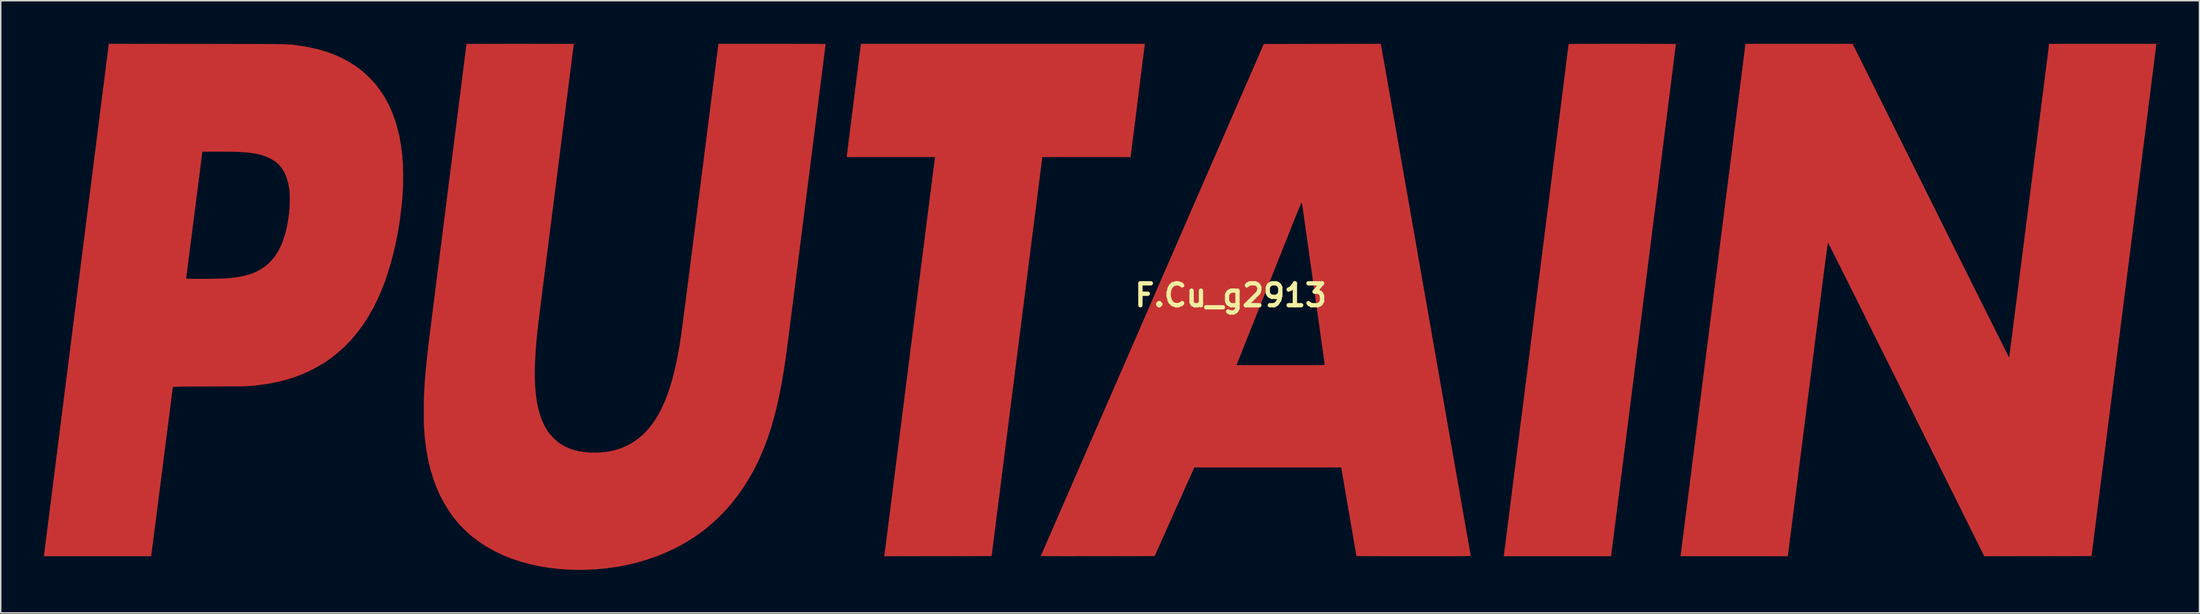
<source format=kicad_pcb>
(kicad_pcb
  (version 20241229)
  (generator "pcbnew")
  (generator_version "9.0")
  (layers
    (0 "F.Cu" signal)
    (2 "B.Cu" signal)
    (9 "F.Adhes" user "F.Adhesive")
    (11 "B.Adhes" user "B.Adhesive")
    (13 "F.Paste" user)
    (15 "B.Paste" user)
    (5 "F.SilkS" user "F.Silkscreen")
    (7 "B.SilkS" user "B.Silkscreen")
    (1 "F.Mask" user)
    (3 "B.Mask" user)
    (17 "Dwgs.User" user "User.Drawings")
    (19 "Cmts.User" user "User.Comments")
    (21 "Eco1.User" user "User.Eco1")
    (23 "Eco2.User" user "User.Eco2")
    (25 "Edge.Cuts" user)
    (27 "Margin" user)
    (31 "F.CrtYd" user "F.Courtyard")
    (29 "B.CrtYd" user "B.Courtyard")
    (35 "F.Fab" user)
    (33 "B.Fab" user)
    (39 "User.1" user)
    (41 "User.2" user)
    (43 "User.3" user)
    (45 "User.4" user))
  (footprint "F.Cu_g2913"
    (layer "F.Cu")
    (at 82.517 17.511)
    (property "Reference" "F.Cu_g2913" (at 0 0 0) (layer "F.SilkS") (effects (font (size 1.524 1.524) (thickness 0.3))))
    (attr through_hole)
    (fp_poly (pts (xy -5.981 -17.447) (xy -5.984 -17.42) (xy -5.993 -17.353) (xy -6.006 -17.249) (xy -6.024 -17.109) (xy -6.046 -16.935) (xy -6.072 -16.73) (xy -6.102 -16.496) (xy -6.135 -16.235) (xy -6.171 -15.949) (xy -6.21 -15.64) (xy -6.251 -15.311) (xy -6.295 -14.963) (xy -6.34 -14.598) (xy -6.388 -14.22) (xy -6.437 -13.829) (xy -6.467 -13.589) (xy -6.517 -13.192) (xy -6.565 -12.805) (xy -6.612 -12.431) (xy -6.657 -12.072) (xy -6.7 -11.73) (xy -6.74 -11.407) (xy -6.778 -11.105) (xy -6.813 -10.828) (xy -6.845 -10.575) (xy -6.873 -10.351) (xy -6.898 -10.157) (xy -6.918 -9.995) (xy -6.935 -9.867) (xy -6.946 -9.775) (xy -6.953 -9.722) (xy -6.955 -9.71) (xy -6.968 -9.631) (xy -10.035 -9.631) (xy -10.392 -9.631) (xy -10.737 -9.631) (xy -11.068 -9.631) (xy -11.382 -9.63) (xy -11.678 -9.63) (xy -11.952 -9.63) (xy -12.203 -9.629) (xy -12.428 -9.629) (xy -12.625 -9.628) (xy -12.791 -9.628) (xy -12.924 -9.627) (xy -13.022 -9.627) (xy -13.083 -9.626) (xy -13.103 -9.626) (xy -13.106 -9.604) (xy -13.114 -9.542) (xy -13.127 -9.441) (xy -13.144 -9.3) (xy -13.167 -9.122) (xy -13.194 -8.907) (xy -13.226 -8.657) (xy -13.262 -8.373) (xy -13.302 -8.055) (xy -13.347 -7.705) (xy -13.395 -7.324) (xy -13.447 -6.913) (xy -13.503 -6.474) (xy -13.562 -6.006) (xy -13.625 -5.512) (xy -13.691 -4.992) (xy -13.76 -4.448) (xy -13.832 -3.88) (xy -13.907 -3.29) (xy -13.985 -2.679) (xy -14.065 -2.047) (xy -14.147 -1.397) (xy -14.232 -0.729) (xy -14.319 -0.044) (xy -14.408 0.657) (xy -14.499 1.373) (xy -14.591 2.102) (xy -14.685 2.843) (xy -14.781 3.596) (xy -14.866 4.265) (xy -16.627 18.15) (xy -20.355 18.156) (xy -24.082 18.161) (xy -24.074 18.113) (xy -24.071 18.09) (xy -24.062 18.026) (xy -24.049 17.921) (xy -24.031 17.779) (xy -24.008 17.598) (xy -23.98 17.381) (xy -23.948 17.129) (xy -23.912 16.842) (xy -23.871 16.523) (xy -23.826 16.171) (xy -23.778 15.788) (xy -23.726 15.375) (xy -23.67 14.934) (xy -23.61 14.465) (xy -23.547 13.969) (xy -23.481 13.448) (xy -23.412 12.903) (xy -23.34 12.334) (xy -23.265 11.743) (xy -23.187 11.131) (xy -23.107 10.499) (xy -23.025 9.848) (xy -22.94 9.18) (xy -22.853 8.495) (xy -22.764 7.794) (xy -22.674 7.079) (xy -22.582 6.351) (xy -22.488 5.61) (xy -22.392 4.858) (xy -22.32 4.286) (xy -22.224 3.527) (xy -22.129 2.777) (xy -22.035 2.039) (xy -21.943 1.314) (xy -21.853 0.602) (xy -21.765 -0.095) (xy -21.678 -0.777) (xy -21.594 -1.442) (xy -21.512 -2.088) (xy -21.433 -2.716) (xy -21.356 -3.324) (xy -21.281 -3.91) (xy -21.21 -4.474) (xy -21.141 -5.014) (xy -21.076 -5.53) (xy -21.014 -6.02) (xy -20.955 -6.483) (xy -20.899 -6.918) (xy -20.848 -7.324) (xy -20.8 -7.7) (xy -20.756 -8.045) (xy -20.717 -8.358) (xy -20.681 -8.637) (xy -20.65 -8.882) (xy -20.623 -9.09) (xy -20.601 -9.263) (xy -20.584 -9.397) (xy -20.572 -9.492) (xy -20.565 -9.548) (xy -20.563 -9.562) (xy -20.551 -9.631) (xy -26.697 -9.631) (xy -26.686 -9.71) (xy -26.683 -9.739) (xy -26.674 -9.808) (xy -26.66 -9.915) (xy -26.642 -10.057) (xy -26.62 -10.233) (xy -26.594 -10.44) (xy -26.565 -10.676) (xy -26.532 -10.939) (xy -26.495 -11.227) (xy -26.456 -11.538) (xy -26.415 -11.87) (xy -26.371 -12.221) (xy -26.324 -12.587) (xy -26.277 -12.968) (xy -26.227 -13.361) (xy -26.191 -13.647) (xy -25.707 -17.505) (xy -15.838 -17.505) (xy -5.97 -17.505) (xy -5.981 -17.447)) (stroke (width 0.01) (type solid)) (fill yes) (layer "F.Cu"))
    (fp_poly (pts (xy 27.688 -17.505) (xy 28.114 -17.505) (xy 28.503 -17.505) (xy 28.854 -17.504) (xy 29.17 -17.504) (xy 29.453 -17.504) (xy 29.704 -17.503) (xy 29.926 -17.502) (xy 30.121 -17.501) (xy 30.289 -17.5) (xy 30.433 -17.499) (xy 30.555 -17.497) (xy 30.656 -17.496) (xy 30.738 -17.494) (xy 30.804 -17.491) (xy 30.855 -17.489) (xy 30.892 -17.486) (xy 30.918 -17.482) (xy 30.934 -17.479) (xy 30.943 -17.475) (xy 30.946 -17.471) (xy 30.946 -17.47) (xy 30.943 -17.448) (xy 30.935 -17.384) (xy 30.922 -17.281) (xy 30.905 -17.139) (xy 30.882 -16.961) (xy 30.855 -16.746) (xy 30.824 -16.496) (xy 30.788 -16.212) (xy 30.748 -15.896) (xy 30.705 -15.548) (xy 30.657 -15.171) (xy 30.606 -14.764) (xy 30.551 -14.329) (xy 30.493 -13.868) (xy 30.431 -13.381) (xy 30.367 -12.87) (xy 30.3 -12.336) (xy 30.229 -11.78) (xy 30.157 -11.203) (xy 30.081 -10.607) (xy 30.004 -9.992) (xy 29.924 -9.36) (xy 29.842 -8.712) (xy 29.758 -8.049) (xy 29.673 -7.373) (xy 29.586 -6.684) (xy 29.497 -5.983) (xy 29.407 -5.273) (xy 29.317 -4.554) (xy 29.225 -3.826) (xy 29.132 -3.093) (xy 29.038 -2.353) (xy 28.945 -1.61) (xy 28.85 -0.864) (xy 28.756 -0.115) (xy 28.661 0.634) (xy 28.566 1.382) (xy 28.472 2.129) (xy 28.378 2.873) (xy 28.284 3.613) (xy 28.191 4.348) (xy 28.099 5.076) (xy 28.008 5.797) (xy 27.918 6.509) (xy 27.829 7.211) (xy 27.741 7.902) (xy 27.656 8.581) (xy 27.571 9.246) (xy 27.489 9.897) (xy 27.409 10.532) (xy 27.331 11.149) (xy 27.255 11.749) (xy 27.181 12.329) (xy 27.11 12.888) (xy 27.042 13.426) (xy 26.977 13.941) (xy 26.915 14.432) (xy 26.856 14.898) (xy 26.8 15.337) (xy 26.748 15.748) (xy 26.699 16.131) (xy 26.655 16.483) (xy 26.614 16.805) (xy 26.577 17.094) (xy 26.544 17.35) (xy 26.516 17.57) (xy 26.493 17.755) (xy 26.474 17.903) (xy 26.46 18.013) (xy 26.451 18.083) (xy 26.447 18.113) (xy 26.447 18.113) (xy 26.436 18.161) (xy 18.988 18.161) (xy 18.998 18.103) (xy 19.001 18.078) (xy 19.01 18.013) (xy 19.023 17.907) (xy 19.041 17.764) (xy 19.064 17.583) (xy 19.092 17.367) (xy 19.124 17.115) (xy 19.16 16.83) (xy 19.201 16.512) (xy 19.245 16.163) (xy 19.293 15.784) (xy 19.345 15.376) (xy 19.4 14.94) (xy 19.458 14.477) (xy 19.52 13.989) (xy 19.585 13.477) (xy 19.653 12.942) (xy 19.723 12.385) (xy 19.797 11.807) (xy 19.872 11.21) (xy 19.95 10.595) (xy 20.03 9.962) (xy 20.112 9.313) (xy 20.196 8.65) (xy 20.282 7.973) (xy 20.369 7.283) (xy 20.458 6.582) (xy 20.548 5.872) (xy 20.639 5.152) (xy 20.731 4.425) (xy 20.823 3.691) (xy 20.917 2.951) (xy 21.011 2.208) (xy 21.105 1.462) (xy 21.2 0.713) (xy 21.295 -0.036) (xy 21.389 -0.784) (xy 21.483 -1.53) (xy 21.577 -2.274) (xy 21.671 -3.014) (xy 21.764 -3.748) (xy 21.856 -4.476) (xy 21.947 -5.196) (xy 22.037 -5.907) (xy 22.125 -6.609) (xy 22.212 -7.299) (xy 22.298 -7.977) (xy 22.382 -8.641) (xy 22.464 -9.291) (xy 22.544 -9.924) (xy 22.622 -10.541) (xy 22.697 -11.139) (xy 22.771 -11.718) (xy 22.841 -12.276) (xy 22.909 -12.813) (xy 22.974 -13.326) (xy 23.035 -13.816) (xy 23.094 -14.28) (xy 23.149 -14.717) (xy 23.201 -15.127) (xy 23.249 -15.508) (xy 23.293 -15.859) (xy 23.333 -16.179) (xy 23.369 -16.466) (xy 23.401 -16.719) (xy 23.429 -16.938) (xy 23.452 -17.121) (xy 23.47 -17.267) (xy 23.483 -17.374) (xy 23.492 -17.442) (xy 23.495 -17.47) (xy 23.495 -17.47) (xy 23.497 -17.474) (xy 23.505 -17.478) (xy 23.52 -17.482) (xy 23.545 -17.485) (xy 23.58 -17.488) (xy 23.628 -17.491) (xy 23.692 -17.493) (xy 23.771 -17.495) (xy 23.869 -17.497) (xy 23.987 -17.499) (xy 24.127 -17.5) (xy 24.291 -17.501) (xy 24.481 -17.502) (xy 24.698 -17.503) (xy 24.944 -17.503) (xy 25.221 -17.504) (xy 25.532 -17.504) (xy 25.877 -17.505) (xy 26.258 -17.505) (xy 26.678 -17.505) (xy 27.139 -17.505) (xy 27.22 -17.505) (xy 27.688 -17.505)) (stroke (width 0.01) (type solid)) (fill yes) (layer "F.Cu"))
    (fp_poly (pts (xy 48.654 -6.613) (xy 48.973 -5.972) (xy 49.287 -5.34) (xy 49.596 -4.719) (xy 49.899 -4.109) (xy 50.196 -3.513) (xy 50.487 -2.93) (xy 50.77 -2.361) (xy 51.045 -1.809) (xy 51.312 -1.273) (xy 51.57 -0.755) (xy 51.819 -0.256) (xy 52.058 0.223) (xy 52.286 0.68) (xy 52.503 1.116) (xy 52.709 1.528) (xy 52.903 1.916) (xy 53.084 2.278) (xy 53.252 2.615) (xy 53.407 2.923) (xy 53.547 3.203) (xy 53.673 3.454) (xy 53.784 3.674) (xy 53.878 3.862) (xy 53.957 4.018) (xy 54.019 4.139) (xy 54.063 4.226) (xy 54.09 4.277) (xy 54.098 4.291) (xy 54.127 4.296) (xy 54.133 4.294) (xy 54.136 4.273) (xy 54.144 4.211) (xy 54.158 4.109) (xy 54.176 3.969) (xy 54.199 3.792) (xy 54.226 3.58) (xy 54.258 3.332) (xy 54.294 3.052) (xy 54.334 2.739) (xy 54.378 2.395) (xy 54.425 2.022) (xy 54.477 1.62) (xy 54.531 1.191) (xy 54.589 0.737) (xy 54.651 0.257) (xy 54.715 -0.246) (xy 54.782 -0.771) (xy 54.851 -1.317) (xy 54.923 -1.883) (xy 54.998 -2.468) (xy 55.074 -3.07) (xy 55.153 -3.688) (xy 55.233 -4.32) (xy 55.315 -4.967) (xy 55.399 -5.625) (xy 55.484 -6.295) (xy 55.524 -6.609) (xy 56.907 -17.505) (xy 60.627 -17.505) (xy 64.347 -17.505) (xy 64.346 -17.447) (xy 64.343 -17.423) (xy 64.335 -17.358) (xy 64.322 -17.253) (xy 64.304 -17.11) (xy 64.282 -16.928) (xy 64.254 -16.709) (xy 64.222 -16.453) (xy 64.186 -16.163) (xy 64.145 -15.838) (xy 64.1 -15.48) (xy 64.051 -15.09) (xy 63.998 -14.668) (xy 63.941 -14.216) (xy 63.88 -13.735) (xy 63.816 -13.225) (xy 63.748 -12.688) (xy 63.677 -12.124) (xy 63.602 -11.535) (xy 63.525 -10.922) (xy 63.444 -10.284) (xy 63.361 -9.625) (xy 63.275 -8.943) (xy 63.186 -8.241) (xy 63.095 -7.519) (xy 63.001 -6.779) (xy 62.906 -6.021) (xy 62.808 -5.246) (xy 62.708 -4.455) (xy 62.606 -3.65) (xy 62.502 -2.83) (xy 62.397 -1.998) (xy 62.29 -1.154) (xy 62.182 -0.299) (xy 62.096 0.381) (xy 59.846 18.15) (xy 52.393 18.161) (xy 46.975 7.244) (xy 46.657 6.603) (xy 46.343 5.97) (xy 46.034 5.348) (xy 45.731 4.738) (xy 45.434 4.141) (xy 45.143 3.557) (xy 44.86 2.988) (xy 44.585 2.434) (xy 44.318 1.898) (xy 44.06 1.38) (xy 43.811 0.88) (xy 43.573 0.401) (xy 43.344 -0.058) (xy 43.127 -0.494) (xy 42.921 -0.907) (xy 42.727 -1.295) (xy 42.545 -1.658) (xy 42.377 -1.995) (xy 42.222 -2.305) (xy 42.081 -2.585) (xy 41.955 -2.837) (xy 41.844 -3.057) (xy 41.749 -3.246) (xy 41.67 -3.402) (xy 41.608 -3.525) (xy 41.563 -3.612) (xy 41.536 -3.663) (xy 41.527 -3.678) (xy 41.524 -3.672) (xy 41.519 -3.653) (xy 41.513 -3.618) (xy 41.505 -3.569) (xy 41.494 -3.503) (xy 41.482 -3.42) (xy 41.467 -3.318) (xy 41.451 -3.197) (xy 41.431 -3.056) (xy 41.409 -2.894) (xy 41.385 -2.71) (xy 41.357 -2.502) (xy 41.327 -2.271) (xy 41.293 -2.015) (xy 41.257 -1.733) (xy 41.217 -1.424) (xy 41.174 -1.088) (xy 41.127 -0.723) (xy 41.076 -0.328) (xy 41.022 0.097) (xy 40.963 0.554) (xy 40.901 1.043) (xy 40.834 1.566) (xy 40.763 2.123) (xy 40.688 2.715) (xy 40.608 3.344) (xy 40.524 4.009) (xy 40.435 4.713) (xy 40.341 5.456) (xy 40.242 6.239) (xy 40.137 7.063) (xy 40.124 7.17) (xy 40.039 7.843) (xy 39.955 8.507) (xy 39.872 9.159) (xy 39.791 9.798) (xy 39.712 10.422) (xy 39.635 11.032) (xy 39.56 11.625) (xy 39.487 12.2) (xy 39.417 12.757) (xy 39.349 13.292) (xy 39.284 13.807) (xy 39.221 14.298) (xy 39.162 14.766) (xy 39.106 15.208) (xy 39.053 15.623) (xy 39.004 16.011) (xy 38.959 16.37) (xy 38.917 16.699) (xy 38.879 16.996) (xy 38.846 17.26) (xy 38.817 17.49) (xy 38.792 17.685) (xy 38.772 17.843) (xy 38.756 17.964) (xy 38.746 18.046) (xy 38.741 18.087) (xy 38.74 18.092) (xy 38.729 18.161) (xy 31.28 18.161) (xy 31.292 18.071) (xy 31.296 18.046) (xy 31.304 17.98) (xy 31.317 17.873) (xy 31.336 17.728) (xy 31.359 17.544) (xy 31.387 17.324) (xy 31.42 17.067) (xy 31.457 16.775) (xy 31.498 16.449) (xy 31.543 16.09) (xy 31.593 15.698) (xy 31.646 15.275) (xy 31.704 14.822) (xy 31.765 14.34) (xy 31.829 13.829) (xy 31.898 13.291) (xy 31.969 12.726) (xy 32.044 12.137) (xy 32.121 11.522) (xy 32.202 10.884) (xy 32.286 10.224) (xy 32.372 9.542) (xy 32.461 8.84) (xy 32.552 8.118) (xy 32.646 7.378) (xy 32.741 6.62) (xy 32.839 5.845) (xy 32.939 5.055) (xy 33.041 4.25) (xy 33.145 3.431) (xy 33.25 2.6) (xy 33.356 1.757) (xy 33.464 0.903) (xy 33.538 0.318) (xy 33.647 -0.543) (xy 33.755 -1.394) (xy 33.861 -2.233) (xy 33.965 -3.06) (xy 34.068 -3.874) (xy 34.17 -4.675) (xy 34.269 -5.46) (xy 34.366 -6.229) (xy 34.461 -6.981) (xy 34.554 -7.716) (xy 34.645 -8.431) (xy 34.733 -9.126) (xy 34.818 -9.801) (xy 34.901 -10.454) (xy 34.98 -11.084) (xy 35.057 -11.69) (xy 35.131 -12.272) (xy 35.201 -12.828) (xy 35.268 -13.357) (xy 35.332 -13.858) (xy 35.391 -14.331) (xy 35.448 -14.774) (xy 35.5 -15.186) (xy 35.548 -15.567) (xy 35.592 -15.916) (xy 35.632 -16.23) (xy 35.668 -16.511) (xy 35.699 -16.755) (xy 35.725 -16.964) (xy 35.747 -17.135) (xy 35.764 -17.267) (xy 35.776 -17.36) (xy 35.782 -17.413) (xy 35.784 -17.425) (xy 35.797 -17.505) (xy 43.237 -17.505) (xy 48.654 -6.613)) (stroke (width 0.01) (type solid)) (fill yes) (layer "F.Cu"))
    (fp_poly (pts (xy 10.444 -17.447) (xy 10.449 -17.419) (xy 10.461 -17.351) (xy 10.48 -17.244) (xy 10.506 -17.099) (xy 10.538 -16.917) (xy 10.576 -16.699) (xy 10.62 -16.447) (xy 10.671 -16.161) (xy 10.726 -15.843) (xy 10.788 -15.494) (xy 10.854 -15.115) (xy 10.926 -14.708) (xy 11.002 -14.273) (xy 11.083 -13.812) (xy 11.169 -13.325) (xy 11.258 -12.815) (xy 11.352 -12.281) (xy 11.449 -11.726) (xy 11.55 -11.15) (xy 11.655 -10.555) (xy 11.762 -9.942) (xy 11.873 -9.312) (xy 11.986 -8.666) (xy 12.102 -8.005) (xy 12.22 -7.331) (xy 12.341 -6.644) (xy 12.463 -5.946) (xy 12.587 -5.238) (xy 12.713 -4.522) (xy 12.84 -3.797) (xy 12.968 -3.066) (xy 13.097 -2.33) (xy 13.227 -1.589) (xy 13.357 -0.846) (xy 13.488 -0.101) (xy 13.619 0.645) (xy 13.749 1.391) (xy 13.88 2.135) (xy 14.01 2.876) (xy 14.139 3.613) (xy 14.267 4.345) (xy 14.394 5.071) (xy 14.52 5.789) (xy 14.645 6.499) (xy 14.767 7.199) (xy 14.888 7.887) (xy 15.006 8.564) (xy 15.123 9.227) (xy 15.236 9.876) (xy 15.347 10.509) (xy 15.455 11.126) (xy 15.56 11.724) (xy 15.661 12.303) (xy 15.759 12.862) (xy 15.853 13.4) (xy 15.943 13.915) (xy 16.029 14.406) (xy 16.111 14.872) (xy 16.188 15.311) (xy 16.26 15.724) (xy 16.327 16.108) (xy 16.389 16.462) (xy 16.446 16.786) (xy 16.497 17.077) (xy 16.542 17.336) (xy 16.581 17.56) (xy 16.614 17.749) (xy 16.64 17.901) (xy 16.66 18.015) (xy 16.673 18.09) (xy 16.679 18.125) (xy 16.679 18.128) (xy 16.677 18.132) (xy 16.667 18.135) (xy 16.65 18.139) (xy 16.623 18.142) (xy 16.583 18.145) (xy 16.531 18.147) (xy 16.463 18.149) (xy 16.378 18.151) (xy 16.274 18.153) (xy 16.149 18.155) (xy 16.003 18.156) (xy 15.832 18.157) (xy 15.635 18.158) (xy 15.411 18.159) (xy 15.158 18.16) (xy 14.874 18.16) (xy 14.556 18.16) (xy 14.205 18.161) (xy 13.817 18.161) (xy 13.39 18.161) (xy 12.924 18.161) (xy 12.711 18.161) (xy 12.304 18.161) (xy 11.909 18.161) (xy 11.527 18.16) (xy 11.162 18.16) (xy 10.813 18.159) (xy 10.485 18.158) (xy 10.178 18.157) (xy 9.895 18.156) (xy 9.639 18.155) (xy 9.41 18.154) (xy 9.211 18.153) (xy 9.045 18.151) (xy 8.913 18.15) (xy 8.817 18.148) (xy 8.759 18.147) (xy 8.742 18.145) (xy 8.738 18.122) (xy 8.728 18.061) (xy 8.712 17.963) (xy 8.69 17.832) (xy 8.662 17.671) (xy 8.63 17.482) (xy 8.594 17.268) (xy 8.554 17.033) (xy 8.51 16.778) (xy 8.464 16.507) (xy 8.415 16.223) (xy 8.365 15.928) (xy 8.313 15.625) (xy 8.26 15.318) (xy 8.207 15.008) (xy 8.154 14.699) (xy 8.102 14.393) (xy 8.051 14.094) (xy 8.001 13.804) (xy 7.953 13.526) (xy 7.908 13.263) (xy 7.866 13.018) (xy 7.827 12.793) (xy 7.792 12.592) (xy 7.762 12.417) (xy 7.737 12.27) (xy 7.717 12.156) (xy 7.703 12.076) (xy 7.695 12.034) (xy 7.694 12.028) (xy 7.683 11.98) (xy -2.533 11.98) (xy -3.911 15.065) (xy -5.289 18.15) (xy -9.249 18.156) (xy -9.73 18.156) (xy -10.171 18.157) (xy -10.573 18.157) (xy -10.938 18.158) (xy -11.267 18.158) (xy -11.563 18.158) (xy -11.828 18.158) (xy -12.062 18.157) (xy -12.268 18.157) (xy -12.448 18.156) (xy -12.603 18.155) (xy -12.736 18.154) (xy -12.847 18.153) (xy -12.939 18.151) (xy -13.013 18.149) (xy -13.072 18.147) (xy -13.116 18.144) (xy -13.149 18.141) (xy -13.171 18.138) (xy -13.184 18.135) (xy -13.19 18.131) (xy -13.191 18.126) (xy -13.19 18.124) (xy -13.181 18.103) (xy -13.155 18.044) (xy -13.113 17.947) (xy -13.054 17.814) (xy -12.981 17.644) (xy -12.891 17.44) (xy -12.787 17.2) (xy -12.668 16.927) (xy -12.535 16.621) (xy -12.388 16.282) (xy -12.226 15.912) (xy -12.052 15.51) (xy -11.864 15.078) (xy -11.663 14.617) (xy -11.45 14.127) (xy -11.224 13.608) (xy -10.986 13.062) (xy -10.737 12.489) (xy -10.476 11.89) (xy -10.205 11.265) (xy -9.922 10.616) (xy -9.63 9.943) (xy -9.327 9.247) (xy -9.014 8.528) (xy -8.692 7.787) (xy -8.36 7.025) (xy -8.02 6.243) (xy -7.671 5.441) (xy -7.418 4.859) (xy 0.402 4.859) (xy 0.423 4.86) (xy 0.484 4.861) (xy 0.582 4.862) (xy 0.716 4.863) (xy 0.882 4.864) (xy 1.079 4.865) (xy 1.305 4.866) (xy 1.556 4.866) (xy 1.831 4.867) (xy 2.127 4.867) (xy 2.441 4.868) (xy 2.772 4.868) (xy 3.118 4.868) (xy 3.471 4.868) (xy 3.909 4.868) (xy 4.305 4.868) (xy 4.663 4.868) (xy 4.983 4.867) (xy 5.268 4.866) (xy 5.519 4.865) (xy 5.738 4.864) (xy 5.927 4.863) (xy 6.086 4.861) (xy 6.219 4.859) (xy 6.326 4.857) (xy 6.409 4.855) (xy 6.471 4.852) (xy 6.512 4.849) (xy 6.535 4.845) (xy 6.54 4.842) (xy 6.538 4.819) (xy 6.529 4.756) (xy 6.515 4.655) (xy 6.496 4.518) (xy 6.473 4.348) (xy 6.445 4.146) (xy 6.413 3.916) (xy 6.377 3.658) (xy 6.337 3.374) (xy 6.295 3.068) (xy 6.249 2.741) (xy 6.201 2.395) (xy 6.15 2.032) (xy 6.097 1.655) (xy 6.043 1.265) (xy 5.987 0.865) (xy 5.929 0.456) (xy 5.871 0.042) (xy 5.813 -0.377) (xy 5.754 -0.798) (xy 5.695 -1.219) (xy 5.636 -1.638) (xy 5.578 -2.052) (xy 5.52 -2.46) (xy 5.464 -2.86) (xy 5.41 -3.249) (xy 5.357 -3.625) (xy 5.306 -3.987) (xy 5.257 -4.331) (xy 5.212 -4.657) (xy 5.169 -4.962) (xy 5.129 -5.243) (xy 5.093 -5.499) (xy 5.061 -5.728) (xy 5.032 -5.927) (xy 5.008 -6.095) (xy 4.989 -6.229) (xy 4.975 -6.328) (xy 4.966 -6.388) (xy 4.963 -6.408) (xy 4.944 -6.445) (xy 4.924 -6.456) (xy 4.912 -6.436) (xy 4.884 -6.379) (xy 4.843 -6.286) (xy 4.789 -6.158) (xy 4.722 -5.997) (xy 4.643 -5.805) (xy 4.552 -5.584) (xy 4.452 -5.334) (xy 4.341 -5.059) (xy 4.238 -4.8) (xy 3.981 -4.153) (xy 3.729 -3.52) (xy 3.483 -2.902) (xy 3.244 -2.299) (xy 3.011 -1.713) (xy 2.785 -1.144) (xy 2.566 -0.595) (xy 2.356 -0.065) (xy 2.154 0.443) (xy 1.96 0.93) (xy 1.776 1.393) (xy 1.602 1.833) (xy 1.437 2.247) (xy 1.283 2.635) (xy 1.14 2.995) (xy 1.008 3.327) (xy 0.888 3.629) (xy 0.781 3.901) (xy 0.685 4.141) (xy 0.603 4.349) (xy 0.534 4.523) (xy 0.48 4.661) (xy 0.439 4.764) (xy 0.413 4.83) (xy 0.402 4.858) (xy 0.402 4.859) (xy -7.418 4.859) (xy -7.314 4.62) (xy -6.949 3.78) (xy -6.576 2.923) (xy -6.196 2.049) (xy -5.809 1.159) (xy -5.415 0.254) (xy -5.015 -0.667) (xy -4.609 -1.601) (xy -4.196 -2.549) (xy -3.779 -3.509) (xy -3.356 -4.482) (xy -2.928 -5.466) (xy -2.496 -6.46) (xy -2.059 -7.464) (xy -1.618 -8.477) (xy -1.174 -9.499) (xy -0.727 -10.528) (xy -0.276 -11.564) (xy 0.177 -12.607) (xy 0.633 -13.655) (xy 0.996 -14.489) (xy 2.302 -17.494) (xy 6.367 -17.5) (xy 10.432 -17.505) (xy 10.444 -17.447)) (stroke (width 0.01) (type solid)) (fill yes) (layer "F.Cu"))
    (fp_poly (pts (xy -71.896 -17.499) (xy -71.283 -17.499) (xy -70.71 -17.498) (xy -70.177 -17.497) (xy -69.682 -17.497) (xy -69.222 -17.496) (xy -68.797 -17.495) (xy -68.405 -17.495) (xy -68.044 -17.494) (xy -67.712 -17.493) (xy -67.409 -17.491) (xy -67.132 -17.49) (xy -66.88 -17.488) (xy -66.652 -17.487) (xy -66.445 -17.484) (xy -66.258 -17.482) (xy -66.09 -17.479) (xy -65.939 -17.476) (xy -65.803 -17.472) (xy -65.681 -17.468) (xy -65.572 -17.463) (xy -65.473 -17.458) (xy -65.383 -17.453) (xy -65.301 -17.447) (xy -65.224 -17.44) (xy -65.152 -17.433) (xy -65.083 -17.425) (xy -65.014 -17.416) (xy -64.946 -17.407) (xy -64.875 -17.396) (xy -64.801 -17.386) (xy -64.722 -17.374) (xy -64.666 -17.366) (xy -64.037 -17.258) (xy -63.437 -17.12) (xy -62.866 -16.951) (xy -62.323 -16.752) (xy -61.808 -16.521) (xy -61.319 -16.26) (xy -60.857 -15.967) (xy -60.463 -15.675) (xy -60.338 -15.571) (xy -60.194 -15.443) (xy -60.04 -15.298) (xy -59.883 -15.145) (xy -59.733 -14.992) (xy -59.597 -14.847) (xy -59.484 -14.719) (xy -59.471 -14.704) (xy -59.141 -14.273) (xy -58.842 -13.813) (xy -58.573 -13.325) (xy -58.335 -12.808) (xy -58.128 -12.263) (xy -57.952 -11.689) (xy -57.807 -11.087) (xy -57.693 -10.458) (xy -57.61 -9.801) (xy -57.558 -9.117) (xy -57.537 -8.405) (xy -57.547 -7.666) (xy -57.588 -6.901) (xy -57.66 -6.117) (xy -57.761 -5.31) (xy -57.885 -4.517) (xy -58.032 -3.743) (xy -58.202 -2.991) (xy -58.393 -2.262) (xy -58.604 -1.561) (xy -58.835 -0.89) (xy -59.085 -0.251) (xy -59.309 0.254) (xy -59.622 0.885) (xy -59.96 1.48) (xy -60.323 2.041) (xy -60.71 2.568) (xy -61.122 3.06) (xy -61.558 3.518) (xy -62.019 3.941) (xy -62.505 4.331) (xy -63.015 4.686) (xy -63.55 5.006) (xy -63.976 5.228) (xy -64.526 5.477) (xy -65.091 5.693) (xy -65.677 5.877) (xy -66.285 6.03) (xy -66.918 6.153) (xy -67.543 6.242) (xy -67.656 6.256) (xy -67.761 6.268) (xy -67.86 6.279) (xy -67.956 6.288) (xy -68.052 6.297) (xy -68.151 6.304) (xy -68.255 6.311) (xy -68.368 6.316) (xy -68.491 6.321) (xy -68.629 6.325) (xy -68.783 6.329) (xy -68.957 6.332) (xy -69.154 6.334) (xy -69.376 6.336) (xy -69.625 6.338) (xy -69.906 6.339) (xy -70.22 6.341) (xy -70.571 6.342) (xy -70.961 6.344) (xy -70.988 6.344) (xy -71.374 6.345) (xy -71.72 6.347) (xy -72.029 6.348) (xy -72.301 6.349) (xy -72.539 6.351) (xy -72.746 6.352) (xy -72.924 6.354) (xy -73.074 6.356) (xy -73.199 6.358) (xy -73.302 6.36) (xy -73.383 6.363) (xy -73.446 6.366) (xy -73.492 6.369) (xy -73.523 6.373) (xy -73.543 6.377) (xy -73.552 6.381) (xy -73.554 6.385) (xy -73.557 6.407) (xy -73.565 6.47) (xy -73.577 6.571) (xy -73.594 6.707) (xy -73.616 6.877) (xy -73.642 7.079) (xy -73.671 7.31) (xy -73.704 7.569) (xy -73.74 7.853) (xy -73.779 8.161) (xy -73.821 8.49) (xy -73.866 8.838) (xy -73.913 9.204) (xy -73.961 9.585) (xy -74.012 9.979) (xy -74.063 10.384) (xy -74.116 10.798) (xy -74.17 11.219) (xy -74.224 11.645) (xy -74.279 12.074) (xy -74.334 12.503) (xy -74.389 12.931) (xy -74.443 13.356) (xy -74.497 13.776) (xy -74.55 14.187) (xy -74.601 14.59) (xy -74.651 14.98) (xy -74.7 15.357) (xy -74.746 15.718) (xy -74.79 16.062) (xy -74.832 16.385) (xy -74.87 16.687) (xy -74.906 16.965) (xy -74.938 17.216) (xy -74.967 17.44) (xy -74.992 17.633) (xy -75.013 17.794) (xy -75.029 17.921) (xy -75.041 18.011) (xy -75.048 18.063) (xy -75.049 18.071) (xy -75.062 18.161) (xy -82.512 18.161) (xy -82.5 18.071) (xy -82.497 18.046) (xy -82.488 17.98) (xy -82.475 17.873) (xy -82.456 17.728) (xy -82.433 17.544) (xy -82.405 17.324) (xy -82.372 17.067) (xy -82.335 16.775) (xy -82.294 16.449) (xy -82.249 16.09) (xy -82.199 15.698) (xy -82.146 15.275) (xy -82.088 14.822) (xy -82.027 14.34) (xy -81.963 13.829) (xy -81.894 13.291) (xy -81.823 12.726) (xy -81.748 12.137) (xy -81.671 11.522) (xy -81.59 10.884) (xy -81.507 10.224) (xy -81.42 9.542) (xy -81.331 8.84) (xy -81.24 8.118) (xy -81.147 7.378) (xy -81.051 6.62) (xy -80.953 5.845) (xy -80.853 5.055) (xy -80.751 4.25) (xy -80.647 3.431) (xy -80.542 2.6) (xy -80.436 1.757) (xy -80.328 0.903) (xy -80.254 0.318) (xy -80.145 -0.543) (xy -80.064 -1.183) (xy -72.623 -1.183) (xy -72.622 -1.174) (xy -72.615 -1.167) (xy -72.601 -1.161) (xy -72.575 -1.156) (xy -72.534 -1.152) (xy -72.475 -1.149) (xy -72.394 -1.146) (xy -72.288 -1.145) (xy -72.153 -1.144) (xy -71.986 -1.143) (xy -71.784 -1.143) (xy -71.544 -1.143) (xy -71.527 -1.143) (xy -71.3 -1.144) (xy -71.071 -1.145) (xy -70.848 -1.147) (xy -70.637 -1.15) (xy -70.443 -1.153) (xy -70.274 -1.156) (xy -70.134 -1.161) (xy -70.031 -1.165) (xy -70.03 -1.165) (xy -69.59 -1.197) (xy -69.187 -1.242) (xy -68.818 -1.303) (xy -68.48 -1.378) (xy -68.169 -1.47) (xy -67.882 -1.579) (xy -67.723 -1.651) (xy -67.405 -1.824) (xy -67.113 -2.027) (xy -66.844 -2.26) (xy -66.599 -2.524) (xy -66.378 -2.819) (xy -66.18 -3.147) (xy -66.004 -3.507) (xy -65.851 -3.901) (xy -65.719 -4.33) (xy -65.609 -4.793) (xy -65.52 -5.292) (xy -65.456 -5.789) (xy -65.443 -5.944) (xy -65.432 -6.123) (xy -65.424 -6.318) (xy -65.419 -6.521) (xy -65.418 -6.723) (xy -65.419 -6.917) (xy -65.424 -7.094) (xy -65.432 -7.246) (xy -65.444 -7.363) (xy -65.444 -7.366) (xy -65.509 -7.74) (xy -65.598 -8.08) (xy -65.71 -8.387) (xy -65.848 -8.662) (xy -66.012 -8.907) (xy -66.202 -9.122) (xy -66.42 -9.31) (xy -66.666 -9.472) (xy -66.771 -9.528) (xy -66.982 -9.627) (xy -67.201 -9.712) (xy -67.435 -9.785) (xy -67.686 -9.845) (xy -67.96 -9.895) (xy -68.261 -9.934) (xy -68.594 -9.965) (xy -68.964 -9.987) (xy -69.025 -9.99) (xy -69.127 -9.994) (xy -69.256 -9.997) (xy -69.409 -10) (xy -69.581 -10.003) (xy -69.767 -10.006) (xy -69.962 -10.008) (xy -70.163 -10.009) (xy -70.366 -10.011) (xy -70.564 -10.011) (xy -70.755 -10.012) (xy -70.934 -10.012) (xy -71.096 -10.011) (xy -71.236 -10.01) (xy -71.352 -10.009) (xy -71.437 -10.006) (xy -71.488 -10.004) (xy -71.501 -10.001) (xy -71.504 -9.979) (xy -71.511 -9.918) (xy -71.524 -9.818) (xy -71.541 -9.682) (xy -71.563 -9.512) (xy -71.589 -9.309) (xy -71.618 -9.077) (xy -71.652 -8.815) (xy -71.688 -8.528) (xy -71.728 -8.216) (xy -71.771 -7.882) (xy -71.816 -7.527) (xy -71.864 -7.154) (xy -71.914 -6.764) (xy -71.966 -6.359) (xy -72.019 -5.942) (xy -72.062 -5.607) (xy -72.116 -5.18) (xy -72.17 -4.765) (xy -72.221 -4.362) (xy -72.27 -3.974) (xy -72.318 -3.604) (xy -72.362 -3.252) (xy -72.405 -2.92) (xy -72.444 -2.612) (xy -72.48 -2.328) (xy -72.512 -2.071) (xy -72.541 -1.842) (xy -72.566 -1.644) (xy -72.587 -1.479) (xy -72.603 -1.348) (xy -72.615 -1.254) (xy -72.621 -1.199) (xy -72.623 -1.183) (xy -80.064 -1.183) (xy -80.037 -1.394) (xy -79.931 -2.233) (xy -79.827 -3.06) (xy -79.724 -3.874) (xy -79.622 -4.675) (xy -79.523 -5.46) (xy -79.426 -6.229) (xy -79.331 -6.981) (xy -79.238 -7.716) (xy -79.147 -8.431) (xy -79.059 -9.127) (xy -78.974 -9.801) (xy -78.891 -10.454) (xy -78.812 -11.084) (xy -78.735 -11.691) (xy -78.661 -12.272) (xy -78.591 -12.828) (xy -78.524 -13.357) (xy -78.46 -13.858) (xy -78.401 -14.331) (xy -78.344 -14.774) (xy -78.292 -15.187) (xy -78.244 -15.568) (xy -78.2 -15.916) (xy -78.16 -16.231) (xy -78.124 -16.511) (xy -78.093 -16.756) (xy -78.067 -16.964) (xy -78.045 -17.135) (xy -78.028 -17.268) (xy -78.016 -17.361) (xy -78.009 -17.414) (xy -78.008 -17.426) (xy -77.995 -17.506) (xy -71.896 -17.499)) (stroke (width 0.01) (type solid)) (fill yes) (layer "F.Cu"))
    (fp_poly (pts (xy -31.428 -17.505) (xy -31.003 -17.505) (xy -30.616 -17.505) (xy -30.267 -17.504) (xy -29.952 -17.504) (xy -29.671 -17.504) (xy -29.421 -17.503) (xy -29.2 -17.503) (xy -29.007 -17.502) (xy -28.84 -17.501) (xy -28.696 -17.5) (xy -28.575 -17.498) (xy -28.474 -17.496) (xy -28.391 -17.494) (xy -28.325 -17.492) (xy -28.274 -17.49) (xy -28.236 -17.487) (xy -28.208 -17.484) (xy -28.19 -17.48) (xy -28.18 -17.476) (xy -28.174 -17.472) (xy -28.173 -17.467) (xy -28.173 -17.466) (xy -28.175 -17.443) (xy -28.183 -17.379) (xy -28.196 -17.276) (xy -28.213 -17.136) (xy -28.235 -16.96) (xy -28.262 -16.749) (xy -28.292 -16.506) (xy -28.327 -16.231) (xy -28.365 -15.926) (xy -28.407 -15.593) (xy -28.453 -15.234) (xy -28.501 -14.849) (xy -28.553 -14.44) (xy -28.607 -14.009) (xy -28.664 -13.558) (xy -28.724 -13.087) (xy -28.786 -12.599) (xy -28.849 -12.094) (xy -28.915 -11.575) (xy -28.982 -11.043) (xy -29.051 -10.499) (xy -29.121 -9.946) (xy -29.192 -9.383) (xy -29.264 -8.814) (xy -29.337 -8.239) (xy -29.411 -7.661) (xy -29.484 -7.08) (xy -29.558 -6.498) (xy -29.632 -5.916) (xy -29.705 -5.337) (xy -29.778 -4.761) (xy -29.85 -4.191) (xy -29.922 -3.627) (xy -29.992 -3.072) (xy -30.061 -2.526) (xy -30.129 -1.991) (xy -30.195 -1.47) (xy -30.26 -0.962) (xy -30.322 -0.471) (xy -30.382 0.003) (xy -30.44 0.459) (xy -30.496 0.894) (xy -30.548 1.307) (xy -30.598 1.696) (xy -30.644 2.061) (xy -30.687 2.399) (xy -30.727 2.709) (xy -30.762 2.99) (xy -30.794 3.239) (xy -30.822 3.456) (xy -30.845 3.639) (xy -30.864 3.786) (xy -30.879 3.896) (xy -30.888 3.967) (xy -30.891 3.99) (xy -30.998 4.729) (xy -31.108 5.429) (xy -31.222 6.092) (xy -31.341 6.721) (xy -31.466 7.318) (xy -31.597 7.887) (xy -31.734 8.43) (xy -31.879 8.95) (xy -32.032 9.449) (xy -32.193 9.931) (xy -32.364 10.397) (xy -32.468 10.663) (xy -32.777 11.383) (xy -33.115 12.073) (xy -33.482 12.735) (xy -33.878 13.367) (xy -34.301 13.968) (xy -34.752 14.538) (xy -35.23 15.077) (xy -35.735 15.584) (xy -36.266 16.058) (xy -36.765 16.455) (xy -37.331 16.855) (xy -37.925 17.225) (xy -38.545 17.564) (xy -39.188 17.871) (xy -39.854 18.145) (xy -40.54 18.386) (xy -41.245 18.594) (xy -41.965 18.768) (xy -42.7 18.906) (xy -43.447 19.01) (xy -44.205 19.077) (xy -44.971 19.108) (xy -45.35 19.109) (xy -45.5 19.108) (xy -45.645 19.106) (xy -45.774 19.104) (xy -45.882 19.102) (xy -45.959 19.1) (xy -45.985 19.099) (xy -46.711 19.048) (xy -47.417 18.964) (xy -48.102 18.849) (xy -48.764 18.703) (xy -49.402 18.527) (xy -50.016 18.32) (xy -50.603 18.083) (xy -51.164 17.817) (xy -51.696 17.521) (xy -52.2 17.197) (xy -52.673 16.845) (xy -52.932 16.628) (xy -53.246 16.339) (xy -53.549 16.029) (xy -53.831 15.71) (xy -54.071 15.406) (xy -54.418 14.907) (xy -54.731 14.384) (xy -55.011 13.836) (xy -55.259 13.264) (xy -55.474 12.665) (xy -55.657 12.041) (xy -55.808 11.39) (xy -55.927 10.711) (xy -56.015 10.005) (xy -56.016 9.991) (xy -56.039 9.75) (xy -56.057 9.526) (xy -56.072 9.31) (xy -56.083 9.095) (xy -56.091 8.871) (xy -56.096 8.63) (xy -56.098 8.364) (xy -56.099 8.075) (xy -56.097 7.718) (xy -56.091 7.367) (xy -56.081 7.017) (xy -56.066 6.663) (xy -56.046 6.302) (xy -56.021 5.929) (xy -55.991 5.539) (xy -55.954 5.129) (xy -55.911 4.693) (xy -55.862 4.227) (xy -55.806 3.727) (xy -55.764 3.365) (xy -55.755 3.293) (xy -55.741 3.179) (xy -55.722 3.027) (xy -55.699 2.837) (xy -55.67 2.61) (xy -55.638 2.349) (xy -55.601 2.054) (xy -55.56 1.727) (xy -55.515 1.37) (xy -55.466 0.983) (xy -55.414 0.569) (xy -55.358 0.128) (xy -55.3 -0.338) (xy -55.238 -0.827) (xy -55.173 -1.338) (xy -55.106 -1.869) (xy -55.037 -2.42) (xy -54.965 -2.989) (xy -54.891 -3.574) (xy -54.815 -4.174) (xy -54.737 -4.787) (xy -54.658 -5.413) (xy -54.578 -6.049) (xy -54.496 -6.694) (xy -54.413 -7.347) (xy -54.399 -7.458) (xy -54.317 -8.104) (xy -54.237 -8.741) (xy -54.158 -9.365) (xy -54.08 -9.977) (xy -54.004 -10.573) (xy -53.931 -11.154) (xy -53.859 -11.719) (xy -53.79 -12.264) (xy -53.724 -12.79) (xy -53.66 -13.296) (xy -53.598 -13.779) (xy -53.54 -14.238) (xy -53.485 -14.673) (xy -53.433 -15.082) (xy -53.385 -15.464) (xy -53.341 -15.817) (xy -53.3 -16.14) (xy -53.263 -16.431) (xy -53.23 -16.691) (xy -53.201 -16.916) (xy -53.177 -17.107) (xy -53.158 -17.261) (xy -53.143 -17.377) (xy -53.133 -17.455) (xy -53.129 -17.492) (xy -53.128 -17.496) (xy -53.108 -17.497) (xy -53.047 -17.498) (xy -52.947 -17.499) (xy -52.812 -17.499) (xy -52.644 -17.5) (xy -52.443 -17.501) (xy -52.213 -17.502) (xy -51.956 -17.502) (xy -51.673 -17.503) (xy -51.368 -17.503) (xy -51.041 -17.504) (xy -50.696 -17.504) (xy -50.333 -17.505) (xy -49.957 -17.505) (xy -49.567 -17.505) (xy -49.403 -17.505) (xy -49.009 -17.505) (xy -48.627 -17.505) (xy -48.259 -17.504) (xy -47.906 -17.504) (xy -47.571 -17.504) (xy -47.257 -17.503) (xy -46.964 -17.503) (xy -46.696 -17.502) (xy -46.455 -17.502) (xy -46.242 -17.501) (xy -46.059 -17.5) (xy -45.91 -17.499) (xy -45.796 -17.499) (xy -45.719 -17.498) (xy -45.681 -17.497) (xy -45.678 -17.496) (xy -45.68 -17.475) (xy -45.688 -17.413) (xy -45.701 -17.312) (xy -45.719 -17.172) (xy -45.741 -16.996) (xy -45.768 -16.785) (xy -45.799 -16.54) (xy -45.834 -16.262) (xy -45.873 -15.953) (xy -45.917 -15.614) (xy -45.963 -15.246) (xy -46.014 -14.851) (xy -46.067 -14.43) (xy -46.124 -13.984) (xy -46.183 -13.515) (xy -46.246 -13.024) (xy -46.311 -12.512) (xy -46.378 -11.982) (xy -46.448 -11.433) (xy -46.52 -10.867) (xy -46.594 -10.287) (xy -46.67 -9.692) (xy -46.747 -9.085) (xy -46.826 -8.466) (xy -46.864 -8.167) (xy -46.963 -7.384) (xy -47.058 -6.641) (xy -47.147 -5.937) (xy -47.232 -5.272) (xy -47.312 -4.645) (xy -47.387 -4.053) (xy -47.458 -3.496) (xy -47.524 -2.973) (xy -47.586 -2.482) (xy -47.645 -2.023) (xy -47.699 -1.593) (xy -47.75 -1.193) (xy -47.797 -0.82) (xy -47.841 -0.473) (xy -47.881 -0.152) (xy -47.919 0.145) (xy -47.953 0.419) (xy -47.985 0.672) (xy -48.014 0.904) (xy -48.04 1.117) (xy -48.064 1.312) (xy -48.086 1.49) (xy -48.106 1.652) (xy -48.124 1.799) (xy -48.14 1.933) (xy -48.155 2.056) (xy -48.168 2.167) (xy -48.18 2.268) (xy -48.19 2.361) (xy -48.2 2.447) (xy -48.209 2.526) (xy -48.217 2.601) (xy -48.224 2.671) (xy -48.231 2.739) (xy -48.238 2.805) (xy -48.299 3.47) (xy -48.344 4.097) (xy -48.374 4.687) (xy -48.388 5.242) (xy -48.386 5.763) (xy -48.368 6.252) (xy -48.335 6.708) (xy -48.301 7.019) (xy -48.227 7.503) (xy -48.131 7.952) (xy -48.011 8.368) (xy -47.868 8.754) (xy -47.7 9.11) (xy -47.507 9.438) (xy -47.47 9.493) (xy -47.363 9.635) (xy -47.23 9.789) (xy -47.079 9.946) (xy -46.921 10.095) (xy -46.766 10.227) (xy -46.622 10.333) (xy -46.619 10.335) (xy -46.329 10.508) (xy -46.025 10.65) (xy -45.702 10.765) (xy -45.356 10.852) (xy -44.984 10.914) (xy -44.581 10.95) (xy -44.454 10.956) (xy -44.094 10.958) (xy -43.726 10.938) (xy -43.361 10.895) (xy -43.013 10.832) (xy -42.73 10.762) (xy -42.311 10.62) (xy -41.915 10.444) (xy -41.542 10.231) (xy -41.189 9.982) (xy -40.857 9.696) (xy -40.746 9.588) (xy -40.479 9.298) (xy -40.227 8.982) (xy -39.99 8.638) (xy -39.766 8.264) (xy -39.555 7.859) (xy -39.358 7.423) (xy -39.173 6.953) (xy -38.999 6.449) (xy -38.838 5.91) (xy -38.687 5.334) (xy -38.546 4.72) (xy -38.416 4.067) (xy -38.322 3.535) (xy -38.311 3.472) (xy -38.3 3.406) (xy -38.289 3.336) (xy -38.278 3.261) (xy -38.265 3.179) (xy -38.252 3.09) (xy -38.238 2.992) (xy -38.222 2.884) (xy -38.206 2.765) (xy -38.188 2.633) (xy -38.168 2.488) (xy -38.146 2.329) (xy -38.123 2.153) (xy -38.097 1.961) (xy -38.07 1.751) (xy -38.04 1.521) (xy -38.007 1.271) (xy -37.972 1) (xy -37.934 0.705) (xy -37.892 0.387) (xy -37.848 0.044) (xy -37.801 -0.325) (xy -37.75 -0.722) (xy -37.695 -1.147) (xy -37.637 -1.603) (xy -37.575 -2.088) (xy -37.509 -2.606) (xy -37.439 -3.157) (xy -37.364 -3.743) (xy -37.285 -4.364) (xy -37.201 -5.021) (xy -37.113 -5.717) (xy -37.019 -6.451) (xy -36.921 -7.225) (xy -36.859 -7.71) (xy -35.614 -17.505) (xy -31.893 -17.505) (xy -31.428 -17.505)) (stroke (width 0.01) (type solid)) (fill yes) (layer "F.Cu")))
  (gr_rect
    (start -3 -3)
    (end 149.869 39.626)
    (stroke (width 0.1) (type default))
    (fill no)
    (layer "Edge.Cuts")))
</source>
